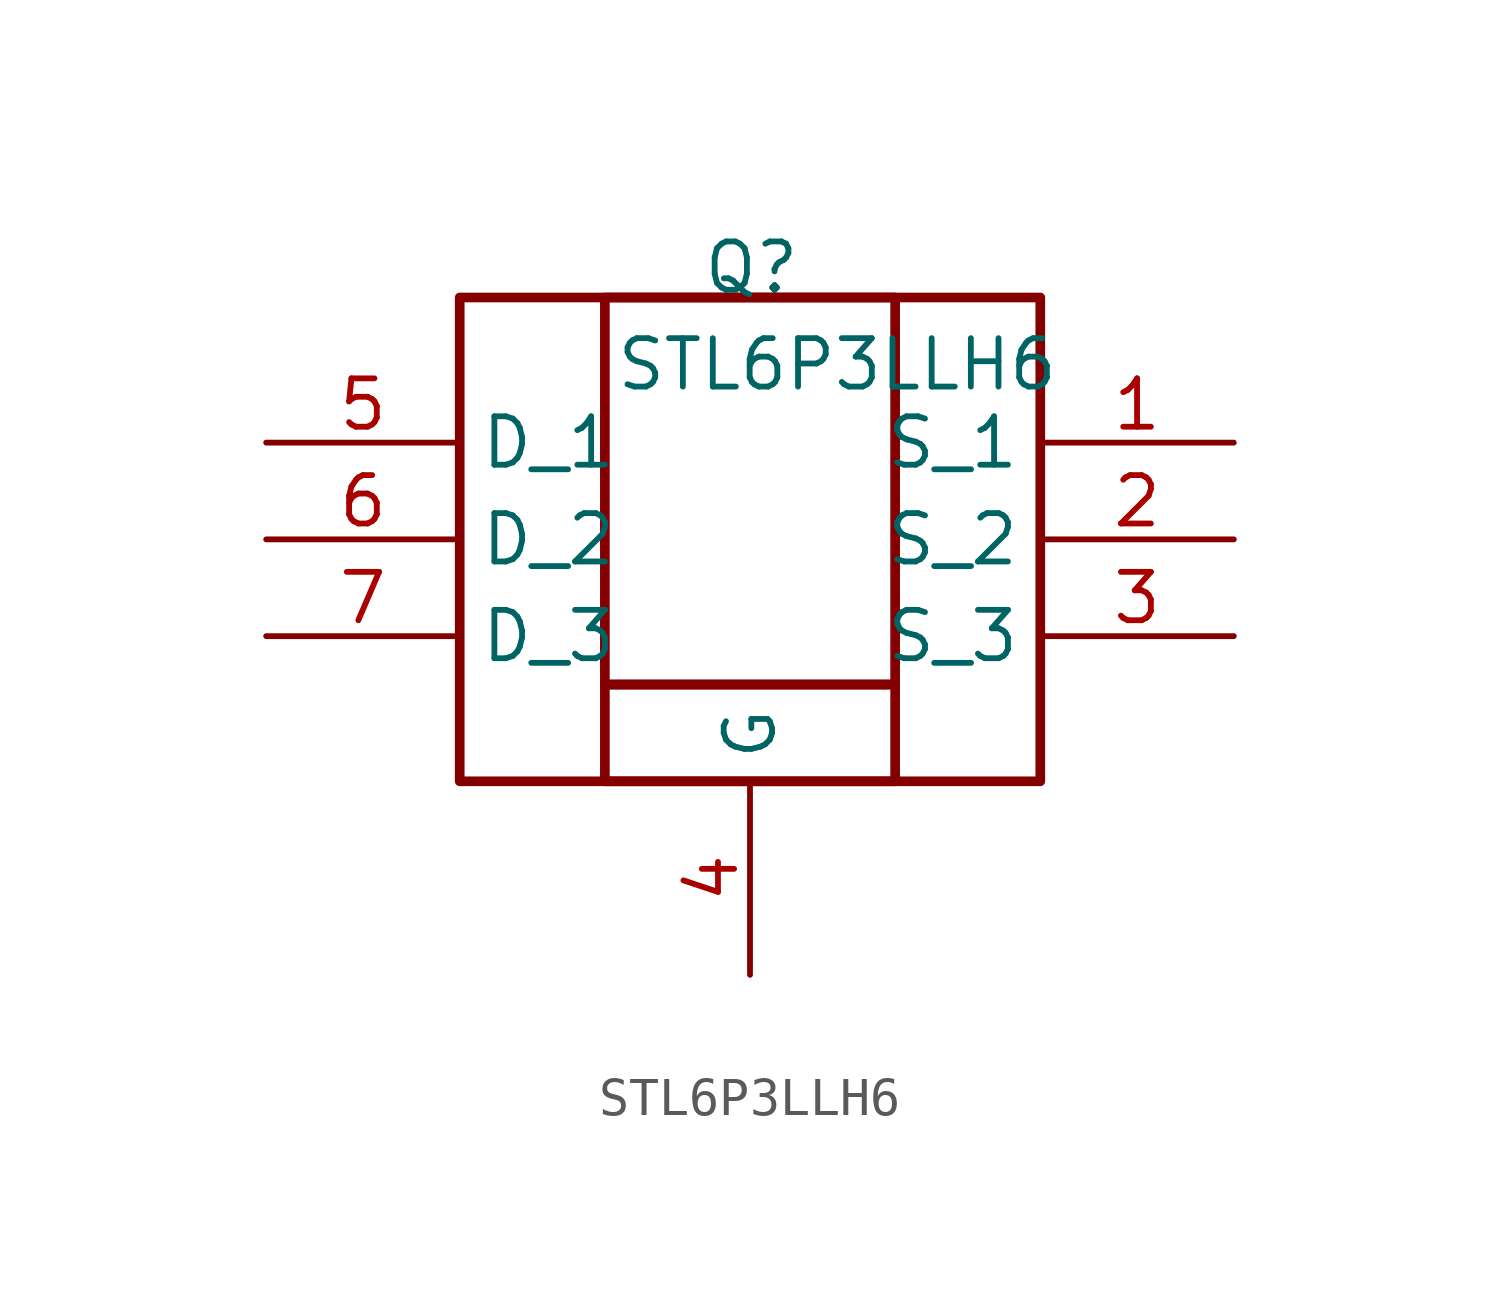
<source format=kicad_sym>
(kicad_symbol_lib
  (version 20241209)
  (generator "kicad_symbol_editor")
  (generator_version "9.0")
  (symbol "STL6P3LLH6"
    (property "Reference" "Q"
      (at 11.43 11.684 0)
      (effects (font (size 1.27 1.27)) (justify left top)))
    (property "Value" "STL6P3LLH6"
      (at 9.144 9.144 0)
      (effects (font (size 1.27 1.27)) (justify left top)))
    (symbol "STL6P3LLH6_1_1"
      (rectangle (start 5.08 10.16) (end 20.32 -2.54) (stroke (width 0.254) (type solid)) (fill (type none)))
      (rectangle (start 8.89 10.16) (end 16.51 0) (stroke (width 0.254) (type solid)) (fill (type none)))
      (rectangle (start 8.89 0) (end 16.51 -2.54) (stroke (width 0.254) (type solid)) (fill (type none)))
      (pin passive line (at 0 6.35 0) (length 5.08) (name "D_1" (effects (font (size 1.27 1.27)))) (number "5" (effects (font (size 1.27 1.27)))))
      (pin passive line (at 0 3.81 0) (length 5.08) (name "D_2" (effects (font (size 1.27 1.27)))) (number "6" (effects (font (size 1.27 1.27)))))
      (pin passive line (at 0 1.27 0) (length 5.08) (name "D_3" (effects (font (size 1.27 1.27)))) (number "7" (effects (font (size 1.27 1.27)))))
      (pin passive line (at 12.7 -7.62 90) (length 5.08) (name "G" (effects (font (size 1.27 1.27)))) (number "4" (effects (font (size 1.27 1.27)))))
      (pin passive line (at 25.4 6.35 180) (length 5.08) (name "S_1" (effects (font (size 1.27 1.27)))) (number "1" (effects (font (size 1.27 1.27)))))
      (pin passive line (at 25.4 3.81 180) (length 5.08) (name "S_2" (effects (font (size 1.27 1.27)))) (number "2" (effects (font (size 1.27 1.27)))))
      (pin passive line (at 25.4 1.27 180) (length 5.08) (name "S_3" (effects (font (size 1.27 1.27)))) (number "3" (effects (font (size 1.27 1.27))))))))
</source>
